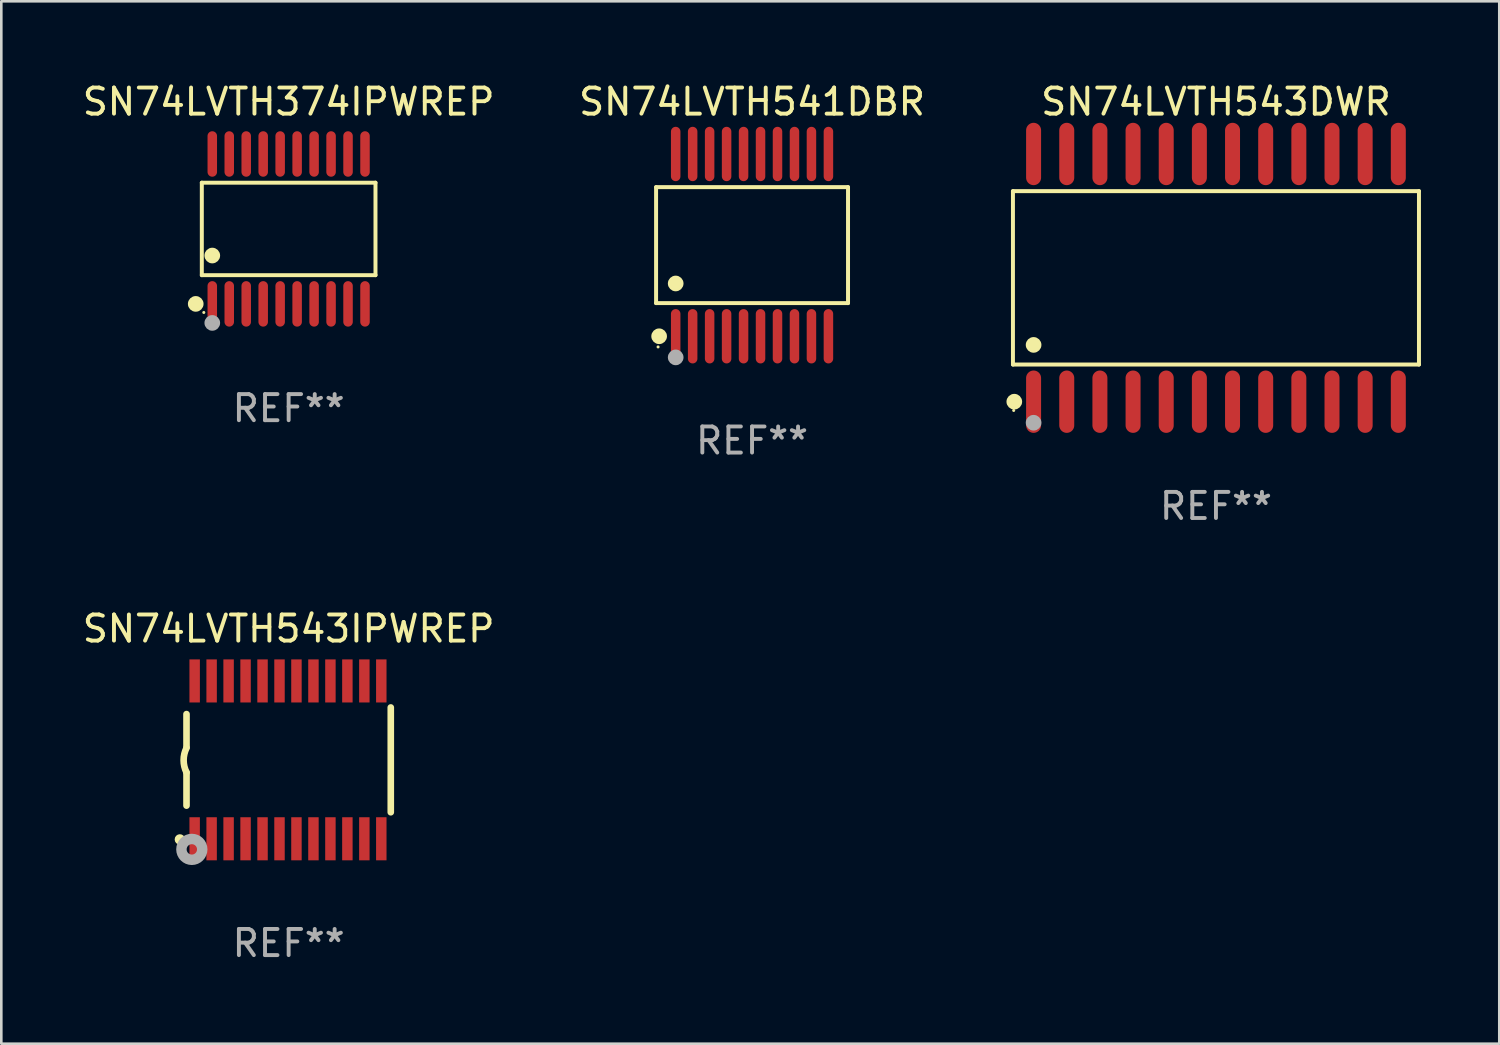
<source format=kicad_pcb>
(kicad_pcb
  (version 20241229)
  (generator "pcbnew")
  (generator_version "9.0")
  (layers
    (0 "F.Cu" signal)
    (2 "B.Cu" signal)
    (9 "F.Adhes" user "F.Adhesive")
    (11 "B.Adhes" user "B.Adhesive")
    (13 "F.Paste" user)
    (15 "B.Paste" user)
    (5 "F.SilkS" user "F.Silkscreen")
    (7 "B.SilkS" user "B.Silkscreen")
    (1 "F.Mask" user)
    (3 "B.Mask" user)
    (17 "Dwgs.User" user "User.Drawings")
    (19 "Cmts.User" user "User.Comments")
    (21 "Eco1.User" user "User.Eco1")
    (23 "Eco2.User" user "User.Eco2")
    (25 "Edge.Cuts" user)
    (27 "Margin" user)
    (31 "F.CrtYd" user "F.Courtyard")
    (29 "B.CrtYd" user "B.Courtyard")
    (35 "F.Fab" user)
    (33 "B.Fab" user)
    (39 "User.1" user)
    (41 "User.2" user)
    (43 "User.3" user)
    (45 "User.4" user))
  (footprint "SN74LVTH543IPWREP"
    (layer "F.Cu")
    (at 8.006 26.055)
    (property "Reference" "SN74LVTH543IPWREP" (at 0 -5.023 0) (layer "F.SilkS") (effects (font (size 1 1) (thickness 0.15))))
    (attr through_hole)
    (fp_line (start -3.912 -0.483) (end -3.912 -1.753) (stroke (width 0.254) (type solid)) (layer "F.SilkS"))
    (fp_line (start -3.912 1.753) (end -3.912 0.483) (stroke (width 0.254) (type solid)) (layer "F.SilkS"))
    (fp_line (start 3.912 -2.007) (end 3.912 2.007) (stroke (width 0.254) (type solid)) (layer "F.SilkS"))
    (fp_arc (start -3.911608 0.482601) (mid -4.022537 0.0127) (end -3.911608 -0.457201) (stroke (width 0.254001) (type solid)) (layer "F.SilkS"))
    (fp_circle (center -4.166 3.048) (end -4.066 3.048) (stroke (width 0.2) (type solid)) (fill no) (layer "F.SilkS"))
    (fp_circle (center -3.925 3.186) (end -3.895 3.186) (stroke (width 0.06) (type solid)) (fill no) (layer "F.SilkS"))
    (fp_circle (center -3.708 3.429) (end -3.509 3.429) (stroke (width 0.4) (type solid)) (fill no) (layer "F.Fab"))
    (fp_text user "REF**" (at 0 7.023 0) (layer "F.Fab") (effects (font (size 1 1) (thickness 0.15))))
    (pad "1" smd rect (at -3.6 3.023) (size 0.4 1.65) (layers "F.Cu" "F.Mask" "F.Paste"))
    (pad "2" smd rect (at -2.95 3.023) (size 0.4 1.65) (layers "F.Cu" "F.Mask" "F.Paste"))
    (pad "3" smd rect (at -2.3 3.023) (size 0.4 1.65) (layers "F.Cu" "F.Mask" "F.Paste"))
    (pad "4" smd rect (at -1.65 3.023) (size 0.4 1.65) (layers "F.Cu" "F.Mask" "F.Paste"))
    (pad "5" smd rect (at -1 3.023) (size 0.4 1.65) (layers "F.Cu" "F.Mask" "F.Paste"))
    (pad "6" smd rect (at -0.35 3.023) (size 0.4 1.65) (layers "F.Cu" "F.Mask" "F.Paste"))
    (pad "7" smd rect (at 0.299 3.023) (size 0.4 1.65) (layers "F.Cu" "F.Mask" "F.Paste"))
    (pad "8" smd rect (at 0.95 3.023) (size 0.4 1.65) (layers "F.Cu" "F.Mask" "F.Paste"))
    (pad "9" smd rect (at 1.6 3.023) (size 0.4 1.65) (layers "F.Cu" "F.Mask" "F.Paste"))
    (pad "10" smd rect (at 2.25 3.023) (size 0.4 1.65) (layers "F.Cu" "F.Mask" "F.Paste"))
    (pad "11" smd rect (at 2.9 3.023) (size 0.4 1.65) (layers "F.Cu" "F.Mask" "F.Paste"))
    (pad "12" smd rect (at 3.549 3.023) (size 0.4 1.65) (layers "F.Cu" "F.Mask" "F.Paste"))
    (pad "13" smd rect (at 3.549 -3.023) (size 0.4 1.65) (layers "F.Cu" "F.Mask" "F.Paste"))
    (pad "14" smd rect (at 2.9 -3.023) (size 0.4 1.65) (layers "F.Cu" "F.Mask" "F.Paste"))
    (pad "15" smd rect (at 2.25 -3.023) (size 0.4 1.65) (layers "F.Cu" "F.Mask" "F.Paste"))
    (pad "16" smd rect (at 1.6 -3.023) (size 0.4 1.65) (layers "F.Cu" "F.Mask" "F.Paste"))
    (pad "17" smd rect (at 0.95 -3.023) (size 0.4 1.65) (layers "F.Cu" "F.Mask" "F.Paste"))
    (pad "18" smd rect (at 0.299 -3.023) (size 0.4 1.65) (layers "F.Cu" "F.Mask" "F.Paste"))
    (pad "19" smd rect (at -0.35 -3.023) (size 0.4 1.65) (layers "F.Cu" "F.Mask" "F.Paste"))
    (pad "20" smd rect (at -1 -3.023) (size 0.4 1.65) (layers "F.Cu" "F.Mask" "F.Paste"))
    (pad "21" smd rect (at -1.65 -3.023) (size 0.4 1.65) (layers "F.Cu" "F.Mask" "F.Paste"))
    (pad "22" smd rect (at -2.3 -3.023) (size 0.4 1.65) (layers "F.Cu" "F.Mask" "F.Paste"))
    (pad "23" smd rect (at -2.95 -3.023) (size 0.4 1.65) (layers "F.Cu" "F.Mask" "F.Paste"))
    (pad "24" smd rect (at -3.6 -3.023) (size 0.4 1.65) (layers "F.Cu" "F.Mask" "F.Paste")))
  (footprint "SN74LVTH374IPWREP"
    (layer "F.Cu")
    (at 8.006 5.719)
    (property "Reference" "SN74LVTH374IPWREP" (at 0 -4.871 0) (layer "F.SilkS") (effects (font (size 1 1) (thickness 0.15))))
    (attr through_hole)
    (fp_line (start -3.326 -1.771) (end 3.326 -1.771) (stroke (width 0.152) (type solid)) (layer "F.SilkS"))
    (fp_line (start -3.326 1.771) (end -3.326 -1.771) (stroke (width 0.152) (type solid)) (layer "F.SilkS"))
    (fp_line (start 3.326 -1.771) (end 3.326 1.771) (stroke (width 0.152) (type solid)) (layer "F.SilkS"))
    (fp_line (start 3.326 1.771) (end -3.326 1.771) (stroke (width 0.152) (type solid)) (layer "F.SilkS"))
    (fp_circle (center -3.559 2.871) (end -3.409 2.871) (stroke (width 0.3) (type solid)) (fill no) (layer "F.SilkS"))
    (fp_circle (center -3.25 3.2) (end -3.22 3.2) (stroke (width 0.06) (type solid)) (fill no) (layer "F.SilkS"))
    (fp_circle (center -2.925 1.019) (end -2.775 1.019) (stroke (width 0.3) (type solid)) (fill no) (layer "F.SilkS"))
    (fp_circle (center -2.925 3.6) (end -2.775 3.6) (stroke (width 0.3) (type solid)) (fill no) (layer "F.Fab"))
    (fp_text user "REF**" (at 0 6.871 0) (layer "F.Fab") (effects (font (size 1 1) (thickness 0.15))))
    (pad "1" smd oval (at -2.925 2.871) (size 0.364 1.742) (layers "F.Cu" "F.Mask" "F.Paste"))
    (pad "2" smd oval (at -2.275 2.871) (size 0.364 1.742) (layers "F.Cu" "F.Mask" "F.Paste"))
    (pad "3" smd oval (at -1.625 2.871) (size 0.364 1.742) (layers "F.Cu" "F.Mask" "F.Paste"))
    (pad "4" smd oval (at -0.975 2.871) (size 0.364 1.742) (layers "F.Cu" "F.Mask" "F.Paste"))
    (pad "5" smd oval (at -0.325 2.871) (size 0.364 1.742) (layers "F.Cu" "F.Mask" "F.Paste"))
    (pad "6" smd oval (at 0.325 2.871) (size 0.364 1.742) (layers "F.Cu" "F.Mask" "F.Paste"))
    (pad "7" smd oval (at 0.975 2.871) (size 0.364 1.742) (layers "F.Cu" "F.Mask" "F.Paste"))
    (pad "8" smd oval (at 1.625 2.871) (size 0.364 1.742) (layers "F.Cu" "F.Mask" "F.Paste"))
    (pad "9" smd oval (at 2.275 2.871) (size 0.364 1.742) (layers "F.Cu" "F.Mask" "F.Paste"))
    (pad "10" smd oval (at 2.925 2.871) (size 0.364 1.742) (layers "F.Cu" "F.Mask" "F.Paste"))
    (pad "11" smd oval (at 2.925 -2.871) (size 0.364 1.742) (layers "F.Cu" "F.Mask" "F.Paste"))
    (pad "12" smd oval (at 2.275 -2.871) (size 0.364 1.742) (layers "F.Cu" "F.Mask" "F.Paste"))
    (pad "13" smd oval (at 1.625 -2.871) (size 0.364 1.742) (layers "F.Cu" "F.Mask" "F.Paste"))
    (pad "14" smd oval (at 0.975 -2.871) (size 0.364 1.742) (layers "F.Cu" "F.Mask" "F.Paste"))
    (pad "15" smd oval (at 0.325 -2.871) (size 0.364 1.742) (layers "F.Cu" "F.Mask" "F.Paste"))
    (pad "16" smd oval (at -0.325 -2.871) (size 0.364 1.742) (layers "F.Cu" "F.Mask" "F.Paste"))
    (pad "17" smd oval (at -0.975 -2.871) (size 0.364 1.742) (layers "F.Cu" "F.Mask" "F.Paste"))
    (pad "18" smd oval (at -1.625 -2.871) (size 0.364 1.742) (layers "F.Cu" "F.Mask" "F.Paste"))
    (pad "19" smd oval (at -2.275 -2.871) (size 0.364 1.742) (layers "F.Cu" "F.Mask" "F.Paste"))
    (pad "20" smd oval (at -2.925 -2.871) (size 0.364 1.742) (layers "F.Cu" "F.Mask" "F.Paste")))
  (footprint "SN74LVTH541DBR"
    (layer "F.Cu")
    (at 25.756 6.339)
    (property "Reference" "SN74LVTH541DBR" (at 0 -5.491 0) (layer "F.SilkS") (effects (font (size 1 1) (thickness 0.15))))
    (attr through_hole)
    (fp_line (start -3.676 -2.221) (end 3.676 -2.221) (stroke (width 0.152) (type solid)) (layer "F.SilkS"))
    (fp_line (start -3.676 2.221) (end -3.676 -2.221) (stroke (width 0.152) (type solid)) (layer "F.SilkS"))
    (fp_line (start 3.676 -2.221) (end 3.676 2.221) (stroke (width 0.152) (type solid)) (layer "F.SilkS"))
    (fp_line (start 3.676 2.221) (end -3.676 2.221) (stroke (width 0.152) (type solid)) (layer "F.SilkS"))
    (fp_circle (center -3.6 3.9) (end -3.57 3.9) (stroke (width 0.06) (type solid)) (fill no) (layer "F.SilkS"))
    (fp_circle (center -3.559 3.491) (end -3.409 3.491) (stroke (width 0.3) (type solid)) (fill no) (layer "F.SilkS"))
    (fp_circle (center -2.925 1.469) (end -2.775 1.469) (stroke (width 0.3) (type solid)) (fill no) (layer "F.SilkS"))
    (fp_circle (center -2.925 4.3) (end -2.775 4.3) (stroke (width 0.3) (type solid)) (fill no) (layer "F.Fab"))
    (fp_text user "REF**" (at 0 7.491 0) (layer "F.Fab") (effects (font (size 1 1) (thickness 0.15))))
    (pad "1" smd oval (at -2.925 3.491) (size 0.364 2.082) (layers "F.Cu" "F.Mask" "F.Paste"))
    (pad "2" smd oval (at -2.275 3.491) (size 0.364 2.082) (layers "F.Cu" "F.Mask" "F.Paste"))
    (pad "3" smd oval (at -1.625 3.491) (size 0.364 2.082) (layers "F.Cu" "F.Mask" "F.Paste"))
    (pad "4" smd oval (at -0.975 3.491) (size 0.364 2.082) (layers "F.Cu" "F.Mask" "F.Paste"))
    (pad "5" smd oval (at -0.325 3.491) (size 0.364 2.082) (layers "F.Cu" "F.Mask" "F.Paste"))
    (pad "6" smd oval (at 0.325 3.491) (size 0.364 2.082) (layers "F.Cu" "F.Mask" "F.Paste"))
    (pad "7" smd oval (at 0.975 3.491) (size 0.364 2.082) (layers "F.Cu" "F.Mask" "F.Paste"))
    (pad "8" smd oval (at 1.625 3.491) (size 0.364 2.082) (layers "F.Cu" "F.Mask" "F.Paste"))
    (pad "9" smd oval (at 2.275 3.491) (size 0.364 2.082) (layers "F.Cu" "F.Mask" "F.Paste"))
    (pad "10" smd oval (at 2.925 3.491) (size 0.364 2.082) (layers "F.Cu" "F.Mask" "F.Paste"))
    (pad "11" smd oval (at 2.925 -3.491) (size 0.364 2.082) (layers "F.Cu" "F.Mask" "F.Paste"))
    (pad "12" smd oval (at 2.275 -3.491) (size 0.364 2.082) (layers "F.Cu" "F.Mask" "F.Paste"))
    (pad "13" smd oval (at 1.625 -3.491) (size 0.364 2.082) (layers "F.Cu" "F.Mask" "F.Paste"))
    (pad "14" smd oval (at 0.975 -3.491) (size 0.364 2.082) (layers "F.Cu" "F.Mask" "F.Paste"))
    (pad "15" smd oval (at 0.325 -3.491) (size 0.364 2.082) (layers "F.Cu" "F.Mask" "F.Paste"))
    (pad "16" smd oval (at -0.325 -3.491) (size 0.364 2.082) (layers "F.Cu" "F.Mask" "F.Paste"))
    (pad "17" smd oval (at -0.975 -3.491) (size 0.364 2.082) (layers "F.Cu" "F.Mask" "F.Paste"))
    (pad "18" smd oval (at -1.625 -3.491) (size 0.364 2.082) (layers "F.Cu" "F.Mask" "F.Paste"))
    (pad "19" smd oval (at -2.275 -3.491) (size 0.364 2.082) (layers "F.Cu" "F.Mask" "F.Paste"))
    (pad "20" smd oval (at -2.925 -3.491) (size 0.364 2.082) (layers "F.Cu" "F.Mask" "F.Paste")))
  (footprint "SN74LVTH543DWR"
    (layer "F.Cu")
    (at 43.525 7.592)
    (property "Reference" "SN74LVTH543DWR" (at 0 -6.744 0) (layer "F.SilkS") (effects (font (size 1 1) (thickness 0.15))))
    (attr through_hole)
    (fp_line (start -7.776 -3.321) (end 7.776 -3.321) (stroke (width 0.152) (type solid)) (layer "F.SilkS"))
    (fp_line (start -7.776 3.321) (end -7.776 -3.321) (stroke (width 0.152) (type solid)) (layer "F.SilkS"))
    (fp_line (start 7.776 -3.321) (end 7.776 3.321) (stroke (width 0.152) (type solid)) (layer "F.SilkS"))
    (fp_line (start 7.776 3.321) (end -7.776 3.321) (stroke (width 0.152) (type solid)) (layer "F.SilkS"))
    (fp_circle (center -7.747 5.08) (end -7.717 5.08) (stroke (width 0.06) (type solid)) (fill no) (layer "F.SilkS"))
    (fp_circle (center -7.724 4.744) (end -7.574 4.744) (stroke (width 0.3) (type solid)) (fill no) (layer "F.SilkS"))
    (fp_circle (center -6.985 2.569) (end -6.835 2.569) (stroke (width 0.3) (type solid)) (fill no) (layer "F.SilkS"))
    (fp_circle (center -6.985 5.55) (end -6.835 5.55) (stroke (width 0.3) (type solid)) (fill no) (layer "F.Fab"))
    (fp_text user "REF**" (at 0 8.744 0) (layer "F.Fab") (effects (font (size 1 1) (thickness 0.15))))
    (pad "1" smd oval (at -6.985 4.744) (size 0.574 2.388) (layers "F.Cu" "F.Mask" "F.Paste"))
    (pad "2" smd oval (at -5.715 4.744) (size 0.574 2.388) (layers "F.Cu" "F.Mask" "F.Paste"))
    (pad "3" smd oval (at -4.445 4.744) (size 0.574 2.388) (layers "F.Cu" "F.Mask" "F.Paste"))
    (pad "4" smd oval (at -3.175 4.744) (size 0.574 2.388) (layers "F.Cu" "F.Mask" "F.Paste"))
    (pad "5" smd oval (at -1.905 4.744) (size 0.574 2.388) (layers "F.Cu" "F.Mask" "F.Paste"))
    (pad "6" smd oval (at -0.635 4.744) (size 0.574 2.388) (layers "F.Cu" "F.Mask" "F.Paste"))
    (pad "7" smd oval (at 0.635 4.744) (size 0.574 2.388) (layers "F.Cu" "F.Mask" "F.Paste"))
    (pad "8" smd oval (at 1.905 4.744) (size 0.574 2.388) (layers "F.Cu" "F.Mask" "F.Paste"))
    (pad "9" smd oval (at 3.175 4.744) (size 0.574 2.388) (layers "F.Cu" "F.Mask" "F.Paste"))
    (pad "10" smd oval (at 4.445 4.744) (size 0.574 2.388) (layers "F.Cu" "F.Mask" "F.Paste"))
    (pad "11" smd oval (at 5.715 4.744) (size 0.574 2.388) (layers "F.Cu" "F.Mask" "F.Paste"))
    (pad "12" smd oval (at 6.985 4.744) (size 0.574 2.388) (layers "F.Cu" "F.Mask" "F.Paste"))
    (pad "13" smd oval (at 6.985 -4.744) (size 0.574 2.388) (layers "F.Cu" "F.Mask" "F.Paste"))
    (pad "14" smd oval (at 5.715 -4.744) (size 0.574 2.388) (layers "F.Cu" "F.Mask" "F.Paste"))
    (pad "15" smd oval (at 4.445 -4.744) (size 0.574 2.388) (layers "F.Cu" "F.Mask" "F.Paste"))
    (pad "16" smd oval (at 3.175 -4.744) (size 0.574 2.388) (layers "F.Cu" "F.Mask" "F.Paste"))
    (pad "17" smd oval (at 1.905 -4.744) (size 0.574 2.388) (layers "F.Cu" "F.Mask" "F.Paste"))
    (pad "18" smd oval (at 0.635 -4.744) (size 0.574 2.388) (layers "F.Cu" "F.Mask" "F.Paste"))
    (pad "19" smd oval (at -0.635 -4.744) (size 0.574 2.388) (layers "F.Cu" "F.Mask" "F.Paste"))
    (pad "20" smd oval (at -1.905 -4.744) (size 0.574 2.388) (layers "F.Cu" "F.Mask" "F.Paste"))
    (pad "21" smd oval (at -3.175 -4.744) (size 0.574 2.388) (layers "F.Cu" "F.Mask" "F.Paste"))
    (pad "22" smd oval (at -4.445 -4.744) (size 0.574 2.388) (layers "F.Cu" "F.Mask" "F.Paste"))
    (pad "23" smd oval (at -5.715 -4.744) (size 0.574 2.388) (layers "F.Cu" "F.Mask" "F.Paste"))
    (pad "24" smd oval (at -6.985 -4.744) (size 0.574 2.388) (layers "F.Cu" "F.Mask" "F.Paste")))
  (gr_rect
    (start -3 -3)
    (end 54.377 36.926)
    (stroke (width 0.1) (type default))
    (fill no)
    (layer "Edge.Cuts")))
</source>
